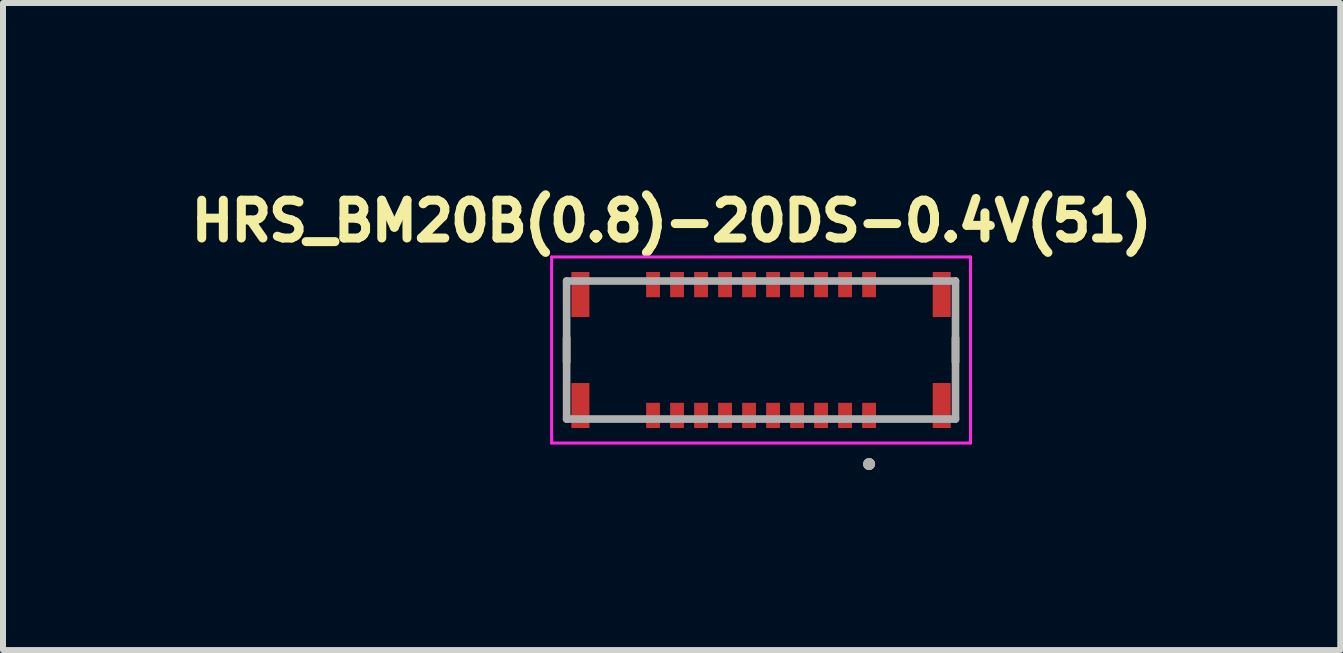
<source format=kicad_pcb>
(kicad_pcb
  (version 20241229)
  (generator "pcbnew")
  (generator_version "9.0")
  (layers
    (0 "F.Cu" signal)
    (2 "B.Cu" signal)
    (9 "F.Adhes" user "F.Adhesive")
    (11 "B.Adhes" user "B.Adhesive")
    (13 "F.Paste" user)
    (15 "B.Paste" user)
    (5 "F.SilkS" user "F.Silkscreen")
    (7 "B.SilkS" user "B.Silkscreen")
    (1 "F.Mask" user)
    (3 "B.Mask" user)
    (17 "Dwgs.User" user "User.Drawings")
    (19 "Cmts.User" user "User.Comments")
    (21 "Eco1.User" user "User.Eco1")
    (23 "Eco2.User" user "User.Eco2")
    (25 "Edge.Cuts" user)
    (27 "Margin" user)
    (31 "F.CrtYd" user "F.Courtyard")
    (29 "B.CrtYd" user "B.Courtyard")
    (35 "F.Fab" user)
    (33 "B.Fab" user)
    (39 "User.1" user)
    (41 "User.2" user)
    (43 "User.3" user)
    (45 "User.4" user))
  (footprint "HRS_BM20B(0.8)-20DS-0.4V(51)"
    (layer "F.Cu")
    (at 9.631 2.782)
    (property "Reference" "HRS_BM20B(0.8)-20DS-0.4V(51)" (at -1.49 -2.15 0) (layer "F.SilkS") (effects (font (size 0.63 0.63) (thickness 0.15))))
    (attr through_hole)
    (fp_poly (pts (xy -1.965 -1.35) (xy -1.635 -1.35) (xy -1.635 -0.83) (xy -1.965 -0.83)) (stroke (width 0.01) (type solid)) (fill yes) (layer "F.Mask"))
    (fp_poly (pts (xy -1.965 0.83) (xy -1.635 0.83) (xy -1.635 1.35) (xy -1.965 1.35)) (stroke (width 0.01) (type solid)) (fill yes) (layer "F.Mask"))
    (fp_poly (pts (xy -1.565 -1.35) (xy -1.235 -1.35) (xy -1.235 -0.83) (xy -1.565 -0.83)) (stroke (width 0.01) (type solid)) (fill yes) (layer "F.Mask"))
    (fp_poly (pts (xy -1.565 0.83) (xy -1.235 0.83) (xy -1.235 1.35) (xy -1.565 1.35)) (stroke (width 0.01) (type solid)) (fill yes) (layer "F.Mask"))
    (fp_poly (pts (xy -1.165 -1.35) (xy -0.835 -1.35) (xy -0.835 -0.83) (xy -1.165 -0.83)) (stroke (width 0.01) (type solid)) (fill yes) (layer "F.Mask"))
    (fp_poly (pts (xy -1.165 0.83) (xy -0.835 0.83) (xy -0.835 1.35) (xy -1.165 1.35)) (stroke (width 0.01) (type solid)) (fill yes) (layer "F.Mask"))
    (fp_poly (pts (xy -0.765 -1.35) (xy -0.435 -1.35) (xy -0.435 -0.83) (xy -0.765 -0.83)) (stroke (width 0.01) (type solid)) (fill yes) (layer "F.Mask"))
    (fp_poly (pts (xy -0.765 0.83) (xy -0.435 0.83) (xy -0.435 1.35) (xy -0.765 1.35)) (stroke (width 0.01) (type solid)) (fill yes) (layer "F.Mask"))
    (fp_poly (pts (xy -0.365 -1.35) (xy -0.035 -1.35) (xy -0.035 -0.83) (xy -0.365 -0.83)) (stroke (width 0.01) (type solid)) (fill yes) (layer "F.Mask"))
    (fp_poly (pts (xy -0.365 0.83) (xy -0.035 0.83) (xy -0.035 1.35) (xy -0.365 1.35)) (stroke (width 0.01) (type solid)) (fill yes) (layer "F.Mask"))
    (fp_poly (pts (xy 0.035 -1.35) (xy 0.365 -1.35) (xy 0.365 -0.83) (xy 0.035 -0.83)) (stroke (width 0.01) (type solid)) (fill yes) (layer "F.Mask"))
    (fp_poly (pts (xy 0.035 0.83) (xy 0.365 0.83) (xy 0.365 1.35) (xy 0.035 1.35)) (stroke (width 0.01) (type solid)) (fill yes) (layer "F.Mask"))
    (fp_poly (pts (xy 0.435 -1.35) (xy 0.765 -1.35) (xy 0.765 -0.83) (xy 0.435 -0.83)) (stroke (width 0.01) (type solid)) (fill yes) (layer "F.Mask"))
    (fp_poly (pts (xy 0.435 0.83) (xy 0.765 0.83) (xy 0.765 1.35) (xy 0.435 1.35)) (stroke (width 0.01) (type solid)) (fill yes) (layer "F.Mask"))
    (fp_poly (pts (xy 0.835 -1.35) (xy 1.165 -1.35) (xy 1.165 -0.83) (xy 0.835 -0.83)) (stroke (width 0.01) (type solid)) (fill yes) (layer "F.Mask"))
    (fp_poly (pts (xy 0.835 0.83) (xy 1.165 0.83) (xy 1.165 1.35) (xy 0.835 1.35)) (stroke (width 0.01) (type solid)) (fill yes) (layer "F.Mask"))
    (fp_poly (pts (xy 1.235 -1.35) (xy 1.565 -1.35) (xy 1.565 -0.83) (xy 1.235 -0.83)) (stroke (width 0.01) (type solid)) (fill yes) (layer "F.Mask"))
    (fp_poly (pts (xy 1.235 0.83) (xy 1.565 0.83) (xy 1.565 1.35) (xy 1.235 1.35)) (stroke (width 0.01) (type solid)) (fill yes) (layer "F.Mask"))
    (fp_poly (pts (xy 1.635 -1.35) (xy 1.965 -1.35) (xy 1.965 -0.83) (xy 1.635 -0.83)) (stroke (width 0.01) (type solid)) (fill yes) (layer "F.Mask"))
    (fp_poly (pts (xy 1.635 0.83) (xy 1.965 0.83) (xy 1.965 1.35) (xy 1.635 1.35)) (stroke (width 0.01) (type solid)) (fill yes) (layer "F.Mask"))
    (fp_line (start -3.24 0.2) (end -3.24 -0.2) (stroke (width 0.127) (type solid)) (layer "F.SilkS"))
    (fp_line (start 3.24 -0.2) (end 3.24 0.2) (stroke (width 0.127) (type solid)) (layer "F.SilkS"))
    (fp_circle (center 1.8 1.9) (end 1.85 1.9) (stroke (width 0.1) (type solid)) (fill no) (layer "F.SilkS"))
    (fp_poly (pts (xy -1.915 -1.3) (xy -1.685 -1.3) (xy -1.685 -1) (xy -1.915 -1)) (stroke (width 0.01) (type solid)) (fill yes) (layer "F.Paste"))
    (fp_poly (pts (xy -1.915 1) (xy -1.685 1) (xy -1.685 1.3) (xy -1.915 1.3)) (stroke (width 0.01) (type solid)) (fill yes) (layer "F.Paste"))
    (fp_poly (pts (xy -1.515 -1.3) (xy -1.285 -1.3) (xy -1.285 -1) (xy -1.515 -1)) (stroke (width 0.01) (type solid)) (fill yes) (layer "F.Paste"))
    (fp_poly (pts (xy -1.515 1) (xy -1.285 1) (xy -1.285 1.3) (xy -1.515 1.3)) (stroke (width 0.01) (type solid)) (fill yes) (layer "F.Paste"))
    (fp_poly (pts (xy -1.115 -1.3) (xy -0.885 -1.3) (xy -0.885 -1) (xy -1.115 -1)) (stroke (width 0.01) (type solid)) (fill yes) (layer "F.Paste"))
    (fp_poly (pts (xy -1.115 1) (xy -0.885 1) (xy -0.885 1.3) (xy -1.115 1.3)) (stroke (width 0.01) (type solid)) (fill yes) (layer "F.Paste"))
    (fp_poly (pts (xy -0.715 -1.3) (xy -0.485 -1.3) (xy -0.485 -1) (xy -0.715 -1)) (stroke (width 0.01) (type solid)) (fill yes) (layer "F.Paste"))
    (fp_poly (pts (xy -0.715 1) (xy -0.485 1) (xy -0.485 1.3) (xy -0.715 1.3)) (stroke (width 0.01) (type solid)) (fill yes) (layer "F.Paste"))
    (fp_poly (pts (xy -0.315 -1.3) (xy -0.085 -1.3) (xy -0.085 -1) (xy -0.315 -1)) (stroke (width 0.01) (type solid)) (fill yes) (layer "F.Paste"))
    (fp_poly (pts (xy -0.315 1) (xy -0.085 1) (xy -0.085 1.3) (xy -0.315 1.3)) (stroke (width 0.01) (type solid)) (fill yes) (layer "F.Paste"))
    (fp_poly (pts (xy 0.085 -1.3) (xy 0.315 -1.3) (xy 0.315 -1) (xy 0.085 -1)) (stroke (width 0.01) (type solid)) (fill yes) (layer "F.Paste"))
    (fp_poly (pts (xy 0.085 1) (xy 0.315 1) (xy 0.315 1.3) (xy 0.085 1.3)) (stroke (width 0.01) (type solid)) (fill yes) (layer "F.Paste"))
    (fp_poly (pts (xy 0.485 -1.3) (xy 0.715 -1.3) (xy 0.715 -1) (xy 0.485 -1)) (stroke (width 0.01) (type solid)) (fill yes) (layer "F.Paste"))
    (fp_poly (pts (xy 0.485 1) (xy 0.715 1) (xy 0.715 1.3) (xy 0.485 1.3)) (stroke (width 0.01) (type solid)) (fill yes) (layer "F.Paste"))
    (fp_poly (pts (xy 0.885 -1.3) (xy 1.115 -1.3) (xy 1.115 -1) (xy 0.885 -1)) (stroke (width 0.01) (type solid)) (fill yes) (layer "F.Paste"))
    (fp_poly (pts (xy 0.885 1) (xy 1.115 1) (xy 1.115 1.3) (xy 0.885 1.3)) (stroke (width 0.01) (type solid)) (fill yes) (layer "F.Paste"))
    (fp_poly (pts (xy 1.285 -1.3) (xy 1.515 -1.3) (xy 1.515 -1) (xy 1.285 -1)) (stroke (width 0.01) (type solid)) (fill yes) (layer "F.Paste"))
    (fp_poly (pts (xy 1.285 1) (xy 1.515 1) (xy 1.515 1.3) (xy 1.285 1.3)) (stroke (width 0.01) (type solid)) (fill yes) (layer "F.Paste"))
    (fp_poly (pts (xy 1.685 -1.3) (xy 1.915 -1.3) (xy 1.915 -1) (xy 1.685 -1)) (stroke (width 0.01) (type solid)) (fill yes) (layer "F.Paste"))
    (fp_poly (pts (xy 1.685 1) (xy 1.915 1) (xy 1.915 1.3) (xy 1.685 1.3)) (stroke (width 0.01) (type solid)) (fill yes) (layer "F.Paste"))
    (fp_line (start -3.49 -1.55) (end -3.49 1.55) (stroke (width 0.05) (type solid)) (layer "F.CrtYd"))
    (fp_line (start -3.49 1.55) (end 3.49 1.55) (stroke (width 0.05) (type solid)) (layer "F.CrtYd"))
    (fp_line (start 3.49 -1.55) (end -3.49 -1.55) (stroke (width 0.05) (type solid)) (layer "F.CrtYd"))
    (fp_line (start 3.49 1.55) (end 3.49 -1.55) (stroke (width 0.05) (type solid)) (layer "F.CrtYd"))
    (fp_line (start -3.24 -1.15) (end 3.24 -1.15) (stroke (width 0.127) (type solid)) (layer "F.Fab"))
    (fp_line (start -3.24 1.15) (end -3.24 -1.15) (stroke (width 0.127) (type solid)) (layer "F.Fab"))
    (fp_line (start 3.24 -1.15) (end 3.24 1.15) (stroke (width 0.127) (type solid)) (layer "F.Fab"))
    (fp_line (start 3.24 1.15) (end -3.24 1.15) (stroke (width 0.127) (type solid)) (layer "F.Fab"))
    (fp_circle (center 1.8 1.9) (end 1.85 1.9) (stroke (width 0.1) (type solid)) (fill no) (layer "F.Fab"))
    (pad "1" smd rect (at 1.8 1.09) (size 0.23 0.42) (layers "F.Cu"))
    (pad "2" smd rect (at 1.8 -1.09) (size 0.23 0.42) (layers "F.Cu"))
    (pad "3" smd rect (at 1.4 1.09) (size 0.23 0.42) (layers "F.Cu"))
    (pad "4" smd rect (at 1.4 -1.09) (size 0.23 0.42) (layers "F.Cu"))
    (pad "5" smd rect (at 1 1.09) (size 0.23 0.42) (layers "F.Cu"))
    (pad "6" smd rect (at 1 -1.09) (size 0.23 0.42) (layers "F.Cu"))
    (pad "7" smd rect (at 0.6 1.09) (size 0.23 0.42) (layers "F.Cu"))
    (pad "8" smd rect (at 0.6 -1.09) (size 0.23 0.42) (layers "F.Cu"))
    (pad "9" smd rect (at 0.2 1.09) (size 0.23 0.42) (layers "F.Cu"))
    (pad "10" smd rect (at 0.2 -1.09) (size 0.23 0.42) (layers "F.Cu"))
    (pad "11" smd rect (at -0.2 1.09) (size 0.23 0.42) (layers "F.Cu"))
    (pad "12" smd rect (at -0.2 -1.09) (size 0.23 0.42) (layers "F.Cu"))
    (pad "13" smd rect (at -0.6 1.09) (size 0.23 0.42) (layers "F.Cu"))
    (pad "14" smd rect (at -0.6 -1.09) (size 0.23 0.42) (layers "F.Cu"))
    (pad "15" smd rect (at -1 1.09) (size 0.23 0.42) (layers "F.Cu"))
    (pad "16" smd rect (at -1 -1.09) (size 0.23 0.42) (layers "F.Cu"))
    (pad "17" smd rect (at -1.4 1.09) (size 0.23 0.42) (layers "F.Cu"))
    (pad "18" smd rect (at -1.4 -1.09) (size 0.23 0.42) (layers "F.Cu"))
    (pad "19" smd rect (at -1.8 1.09) (size 0.23 0.42) (layers "F.Cu"))
    (pad "20" smd rect (at -1.8 -1.09) (size 0.23 0.42) (layers "F.Cu"))
    (pad "S1" smd rect (at 3.01 0.925) (size 0.3 0.75) (layers "F.Cu" "F.Mask" "F.Paste"))
    (pad "S2" smd rect (at 3.01 -0.925) (size 0.3 0.75) (layers "F.Cu" "F.Mask" "F.Paste"))
    (pad "S3" smd rect (at -3.01 0.925) (size 0.3 0.75) (layers "F.Cu" "F.Mask" "F.Paste"))
    (pad "S4" smd rect (at -3.01 -0.925) (size 0.3 0.75) (layers "F.Cu" "F.Mask" "F.Paste")))
  (gr_rect
    (start -3 -3)
    (end 19.282 7.782)
    (stroke (width 0.1) (type default))
    (fill no)
    (layer "Edge.Cuts")))
</source>
